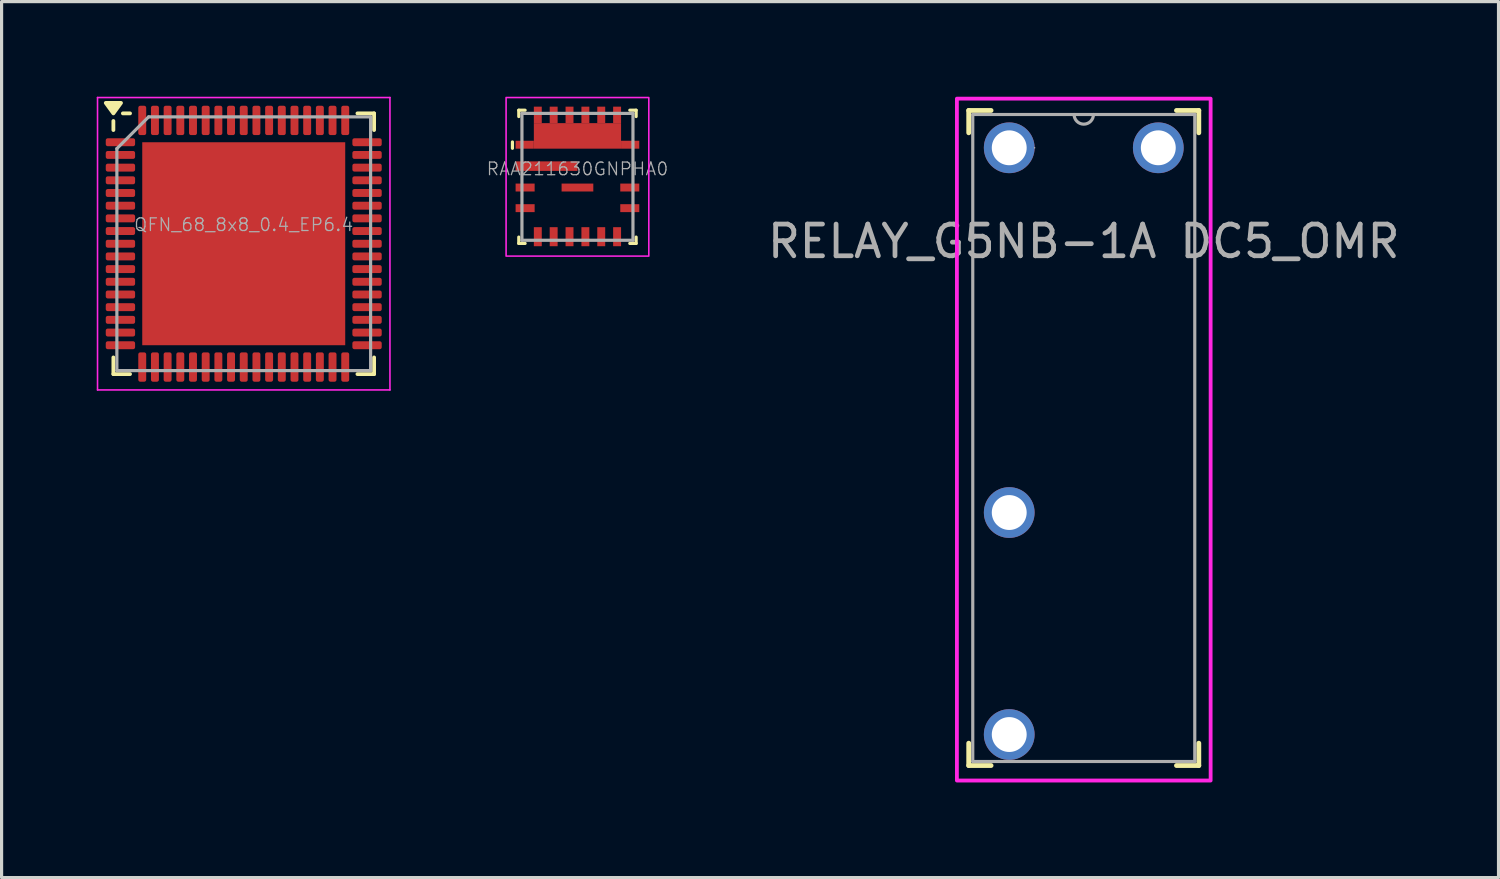
<source format=kicad_pcb>
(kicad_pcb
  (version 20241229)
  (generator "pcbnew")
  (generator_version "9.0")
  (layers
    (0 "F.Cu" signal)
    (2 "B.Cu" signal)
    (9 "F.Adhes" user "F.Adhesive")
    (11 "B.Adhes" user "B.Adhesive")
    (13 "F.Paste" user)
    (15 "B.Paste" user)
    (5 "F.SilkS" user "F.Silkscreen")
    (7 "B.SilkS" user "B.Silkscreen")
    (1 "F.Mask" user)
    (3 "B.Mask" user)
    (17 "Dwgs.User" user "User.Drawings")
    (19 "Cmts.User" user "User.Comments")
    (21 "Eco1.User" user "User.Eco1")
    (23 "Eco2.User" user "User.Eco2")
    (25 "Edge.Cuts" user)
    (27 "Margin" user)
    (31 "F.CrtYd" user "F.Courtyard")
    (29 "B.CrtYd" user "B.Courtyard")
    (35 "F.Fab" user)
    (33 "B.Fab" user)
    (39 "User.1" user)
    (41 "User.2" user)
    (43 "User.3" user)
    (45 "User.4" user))
  (footprint "RAA211630GNPHA0"
    (layer "F.Cu")
    (at 15.157 2.525)
    (property "Reference" "RAA211630GNPHA0" (at 0 -0.25 0) (layer "F.Fab") (effects (font (size 0.4 0.4) (thickness 0.04))))
    (attr smd)
    (fp_line (start -2.05 -1.1) (end -2.05 -0.9) (stroke (width 0.1) (type default)) (layer "F.SilkS"))
    (fp_line (start -1.85 -2.1) (end -1.85 -1.9) (stroke (width 0.1) (type default)) (layer "F.SilkS"))
    (fp_line (start -1.85 1.9) (end -1.85 2.1) (stroke (width 0.1) (type default)) (layer "F.SilkS"))
    (fp_line (start -1.85 2.1) (end -1.65 2.1) (stroke (width 0.1) (type default)) (layer "F.SilkS"))
    (fp_line (start -1.65 -2.1) (end -1.85 -2.1) (stroke (width 0.1) (type default)) (layer "F.SilkS"))
    (fp_line (start 1.65 2.1) (end 1.85 2.1) (stroke (width 0.1) (type default)) (layer "F.SilkS"))
    (fp_line (start 1.85 -2.1) (end 1.65 -2.1) (stroke (width 0.1) (type default)) (layer "F.SilkS"))
    (fp_line (start 1.85 -1.9) (end 1.85 -2.1) (stroke (width 0.1) (type default)) (layer "F.SilkS"))
    (fp_line (start 1.85 2.1) (end 1.85 1.9) (stroke (width 0.1) (type default)) (layer "F.SilkS"))
    (fp_rect (start -2.25 -2.5) (end 2.25 2.5) (stroke (width 0.05) (type default)) (fill no) (layer "F.CrtYd"))
    (fp_line (start -1.75 -2) (end 1.75 -2) (stroke (width 0.1) (type solid)) (layer "F.Fab"))
    (fp_line (start -1.75 2) (end -1.75 -2) (stroke (width 0.1) (type solid)) (layer "F.Fab"))
    (fp_line (start 1.75 -2) (end 1.75 2) (stroke (width 0.1) (type solid)) (layer "F.Fab"))
    (fp_line (start 1.75 2) (end -1.75 2) (stroke (width 0.1) (type solid)) (layer "F.Fab"))
    (pad "1" smd rect (at -1.663 -1.012 90) (size 0.25 0.575) (layers "F.Cu" "F.Mask" "F.Paste"))
    (pad "2" smd rect (at -0.975 -0.337 90) (size 0.3 1.95) (layers "F.Cu" "F.Mask" "F.Paste"))
    (pad "3" smd rect (at -1.65 0.338 90) (size 0.25 0.6) (layers "F.Cu" "F.Mask" "F.Paste"))
    (pad "4" smd rect (at -1.65 0.988 90) (size 0.25 0.6) (layers "F.Cu" "F.Mask" "F.Paste"))
    (pad "5" smd rect (at -1.25 1.888) (size 0.25 0.6) (layers "F.Cu" "F.Mask" "F.Paste"))
    (pad "6" smd rect (at -0.75 1.888) (size 0.25 0.6) (layers "F.Cu" "F.Mask" "F.Paste"))
    (pad "7" smd rect (at -0.25 1.888) (size 0.25 0.6) (layers "F.Cu" "F.Mask" "F.Paste"))
    (pad "8" smd rect (at 0.25 1.888) (size 0.25 0.6) (layers "F.Cu" "F.Mask" "F.Paste"))
    (pad "9" smd rect (at 0.75 1.888) (size 0.25 0.6) (layers "F.Cu" "F.Mask" "F.Paste"))
    (pad "10" smd rect (at 1.25 1.888) (size 0.25 0.6) (layers "F.Cu" "F.Mask" "F.Paste"))
    (pad "11" smd rect (at 1.65 0.988 90) (size 0.25 0.6) (layers "F.Cu" "F.Mask" "F.Paste"))
    (pad "12" smd rect (at 1.65 0.338 90) (size 0.25 0.6) (layers "F.Cu" "F.Mask" "F.Paste"))
    (pad "13" smd rect (at 1.662 -1.012 90) (size 0.25 0.575) (layers "F.Cu" "F.Mask" "F.Paste"))
    (pad "14" smd rect (at 1.25 -1.952) (size 0.25 0.52) (layers "F.Cu" "F.Mask" "F.Paste"))
    (pad "15" smd rect (at 0.75 -1.952) (size 0.25 0.52) (layers "F.Cu" "F.Mask" "F.Paste"))
    (pad "16" smd rect (at 0.25 -1.952) (size 0.25 0.52) (layers "F.Cu" "F.Mask" "F.Paste"))
    (pad "17" smd rect (at -0.25 -1.952) (size 0.25 0.52) (layers "F.Cu" "F.Mask" "F.Paste"))
    (pad "18" smd rect (at -0.75 -1.952) (size 0.25 0.52) (layers "F.Cu" "F.Mask" "F.Paste"))
    (pad "19" smd rect (at -1.25 -1.952) (size 0.25 0.52) (layers "F.Cu" "F.Mask" "F.Paste"))
    (pad "20" smd rect (at 0 0.338 90) (size 0.25 1) (layers "F.Cu" "F.Mask" "F.Paste"))
    (pad "21" smd rect (at 0 -1.29 90) (size 0.805 2.75) (layers "F.Cu" "F.Mask" "F.Paste")))
  (footprint "QFN_68_8x8_0.4_EP6.4"
    (layer "F.Cu")
    (at 4.635 4.635)
    (property "Reference" "QFN_68_8x8_0.4_EP6.4" (at 0 -0.6 0) (layer "F.Fab") (effects (font (size 0.4 0.4) (thickness 0.04))))
    (attr smd)
    (fp_line (start -4.11 -3.585) (end -4.11 -3.87) (stroke (width 0.12) (type solid)) (layer "F.SilkS"))
    (fp_line (start -4.11 4.11) (end -4.11 3.585) (stroke (width 0.12) (type solid)) (layer "F.SilkS"))
    (fp_line (start -3.585 -4.11) (end -3.81 -4.11) (stroke (width 0.12) (type solid)) (layer "F.SilkS"))
    (fp_line (start -3.585 4.11) (end -4.11 4.11) (stroke (width 0.12) (type solid)) (layer "F.SilkS"))
    (fp_line (start 3.585 -4.11) (end 4.11 -4.11) (stroke (width 0.12) (type solid)) (layer "F.SilkS"))
    (fp_line (start 3.585 4.11) (end 4.11 4.11) (stroke (width 0.12) (type solid)) (layer "F.SilkS"))
    (fp_line (start 4.11 -4.11) (end 4.11 -3.585) (stroke (width 0.12) (type solid)) (layer "F.SilkS"))
    (fp_line (start 4.11 4.11) (end 4.11 3.585) (stroke (width 0.12) (type solid)) (layer "F.SilkS"))
    (fp_poly (pts (xy -4.11 -4.11) (xy -4.35 -4.44) (xy -3.87 -4.44) (xy -4.11 -4.11)) (stroke (width 0.12) (type solid)) (fill yes) (layer "F.SilkS"))
    (fp_line (start -4.61 -4.61) (end -4.61 4.61) (stroke (width 0.05) (type solid)) (layer "F.CrtYd"))
    (fp_line (start -4.61 4.61) (end 4.61 4.61) (stroke (width 0.05) (type solid)) (layer "F.CrtYd"))
    (fp_line (start 4.61 -4.61) (end -4.61 -4.61) (stroke (width 0.05) (type solid)) (layer "F.CrtYd"))
    (fp_line (start 4.61 4.61) (end 4.61 -4.61) (stroke (width 0.05) (type solid)) (layer "F.CrtYd"))
    (fp_line (start -4 -3) (end -3 -4) (stroke (width 0.1) (type solid)) (layer "F.Fab"))
    (fp_line (start -4 4) (end -4 -3) (stroke (width 0.1) (type solid)) (layer "F.Fab"))
    (fp_line (start -3 -4) (end 4 -4) (stroke (width 0.1) (type solid)) (layer "F.Fab"))
    (fp_line (start 4 -4) (end 4 4) (stroke (width 0.1) (type solid)) (layer "F.Fab"))
    (fp_line (start 4 4) (end -4 4) (stroke (width 0.1) (type solid)) (layer "F.Fab"))
    (pad "" smd roundrect (at -2.4 -2.4) (size 1.29 1.29) (layers "F.Paste") (roundrect_rratio 0.194))
    (pad "" smd roundrect (at -2.4 -0.8) (size 1.29 1.29) (layers "F.Paste") (roundrect_rratio 0.194))
    (pad "" smd roundrect (at -2.4 0.8) (size 1.29 1.29) (layers "F.Paste") (roundrect_rratio 0.194))
    (pad "" smd roundrect (at -2.4 2.4) (size 1.29 1.29) (layers "F.Paste") (roundrect_rratio 0.194))
    (pad "" smd roundrect (at -0.8 -2.4) (size 1.29 1.29) (layers "F.Paste") (roundrect_rratio 0.194))
    (pad "" smd roundrect (at -0.8 -0.8) (size 1.29 1.29) (layers "F.Paste") (roundrect_rratio 0.194))
    (pad "" smd roundrect (at -0.8 0.8) (size 1.29 1.29) (layers "F.Paste") (roundrect_rratio 0.194))
    (pad "" smd roundrect (at -0.8 2.4) (size 1.29 1.29) (layers "F.Paste") (roundrect_rratio 0.194))
    (pad "" smd roundrect (at 0.8 -2.4) (size 1.29 1.29) (layers "F.Paste") (roundrect_rratio 0.194))
    (pad "" smd roundrect (at 0.8 -0.8) (size 1.29 1.29) (layers "F.Paste") (roundrect_rratio 0.194))
    (pad "" smd roundrect (at 0.8 0.8) (size 1.29 1.29) (layers "F.Paste") (roundrect_rratio 0.194))
    (pad "" smd roundrect (at 0.8 2.4) (size 1.29 1.29) (layers "F.Paste") (roundrect_rratio 0.194))
    (pad "" smd roundrect (at 2.4 -2.4) (size 1.29 1.29) (layers "F.Paste") (roundrect_rratio 0.194))
    (pad "" smd roundrect (at 2.4 -0.8) (size 1.29 1.29) (layers "F.Paste") (roundrect_rratio 0.194))
    (pad "" smd roundrect (at 2.4 0.8) (size 1.29 1.29) (layers "F.Paste") (roundrect_rratio 0.194))
    (pad "" smd roundrect (at 2.4 2.4) (size 1.29 1.29) (layers "F.Paste") (roundrect_rratio 0.194))
    (pad "1" smd roundrect (at -3.888 -3.2) (size 0.925 0.25) (layers "F.Cu" "F.Mask" "F.Paste") (roundrect_rratio 0.25))
    (pad "2" smd roundrect (at -3.888 -2.8) (size 0.925 0.25) (layers "F.Cu" "F.Mask" "F.Paste") (roundrect_rratio 0.25))
    (pad "3" smd roundrect (at -3.888 -2.4) (size 0.925 0.25) (layers "F.Cu" "F.Mask" "F.Paste") (roundrect_rratio 0.25))
    (pad "4" smd roundrect (at -3.888 -2) (size 0.925 0.25) (layers "F.Cu" "F.Mask" "F.Paste") (roundrect_rratio 0.25))
    (pad "5" smd roundrect (at -3.888 -1.6) (size 0.925 0.25) (layers "F.Cu" "F.Mask" "F.Paste") (roundrect_rratio 0.25))
    (pad "6" smd roundrect (at -3.888 -1.2) (size 0.925 0.25) (layers "F.Cu" "F.Mask" "F.Paste") (roundrect_rratio 0.25))
    (pad "7" smd roundrect (at -3.888 -0.8) (size 0.925 0.25) (layers "F.Cu" "F.Mask" "F.Paste") (roundrect_rratio 0.25))
    (pad "8" smd roundrect (at -3.888 -0.4) (size 0.925 0.25) (layers "F.Cu" "F.Mask" "F.Paste") (roundrect_rratio 0.25))
    (pad "9" smd roundrect (at -3.888 0) (size 0.925 0.25) (layers "F.Cu" "F.Mask" "F.Paste") (roundrect_rratio 0.25))
    (pad "10" smd roundrect (at -3.888 0.4) (size 0.925 0.25) (layers "F.Cu" "F.Mask" "F.Paste") (roundrect_rratio 0.25))
    (pad "11" smd roundrect (at -3.888 0.8) (size 0.925 0.25) (layers "F.Cu" "F.Mask" "F.Paste") (roundrect_rratio 0.25))
    (pad "12" smd roundrect (at -3.888 1.2) (size 0.925 0.25) (layers "F.Cu" "F.Mask" "F.Paste") (roundrect_rratio 0.25))
    (pad "13" smd roundrect (at -3.888 1.6) (size 0.925 0.25) (layers "F.Cu" "F.Mask" "F.Paste") (roundrect_rratio 0.25))
    (pad "14" smd roundrect (at -3.888 2) (size 0.925 0.25) (layers "F.Cu" "F.Mask" "F.Paste") (roundrect_rratio 0.25))
    (pad "15" smd roundrect (at -3.888 2.4) (size 0.925 0.25) (layers "F.Cu" "F.Mask" "F.Paste") (roundrect_rratio 0.25))
    (pad "16" smd roundrect (at -3.888 2.8) (size 0.925 0.25) (layers "F.Cu" "F.Mask" "F.Paste") (roundrect_rratio 0.25))
    (pad "17" smd roundrect (at -3.888 3.2) (size 0.925 0.25) (layers "F.Cu" "F.Mask" "F.Paste") (roundrect_rratio 0.25))
    (pad "18" smd roundrect (at -3.2 3.888) (size 0.25 0.925) (layers "F.Cu" "F.Mask" "F.Paste") (roundrect_rratio 0.25))
    (pad "19" smd roundrect (at -2.8 3.888) (size 0.25 0.925) (layers "F.Cu" "F.Mask" "F.Paste") (roundrect_rratio 0.25))
    (pad "20" smd roundrect (at -2.4 3.888) (size 0.25 0.925) (layers "F.Cu" "F.Mask" "F.Paste") (roundrect_rratio 0.25))
    (pad "21" smd roundrect (at -2 3.888) (size 0.25 0.925) (layers "F.Cu" "F.Mask" "F.Paste") (roundrect_rratio 0.25))
    (pad "22" smd roundrect (at -1.6 3.888) (size 0.25 0.925) (layers "F.Cu" "F.Mask" "F.Paste") (roundrect_rratio 0.25))
    (pad "23" smd roundrect (at -1.2 3.888) (size 0.25 0.925) (layers "F.Cu" "F.Mask" "F.Paste") (roundrect_rratio 0.25))
    (pad "24" smd roundrect (at -0.8 3.888) (size 0.25 0.925) (layers "F.Cu" "F.Mask" "F.Paste") (roundrect_rratio 0.25))
    (pad "25" smd roundrect (at -0.4 3.888) (size 0.25 0.925) (layers "F.Cu" "F.Mask" "F.Paste") (roundrect_rratio 0.25))
    (pad "26" smd roundrect (at 0 3.888) (size 0.25 0.925) (layers "F.Cu" "F.Mask" "F.Paste") (roundrect_rratio 0.25))
    (pad "27" smd roundrect (at 0.4 3.888) (size 0.25 0.925) (layers "F.Cu" "F.Mask" "F.Paste") (roundrect_rratio 0.25))
    (pad "28" smd roundrect (at 0.8 3.888) (size 0.25 0.925) (layers "F.Cu" "F.Mask" "F.Paste") (roundrect_rratio 0.25))
    (pad "29" smd roundrect (at 1.2 3.888) (size 0.25 0.925) (layers "F.Cu" "F.Mask" "F.Paste") (roundrect_rratio 0.25))
    (pad "30" smd roundrect (at 1.6 3.888) (size 0.25 0.925) (layers "F.Cu" "F.Mask" "F.Paste") (roundrect_rratio 0.25))
    (pad "31" smd roundrect (at 2 3.888) (size 0.25 0.925) (layers "F.Cu" "F.Mask" "F.Paste") (roundrect_rratio 0.25))
    (pad "32" smd roundrect (at 2.4 3.888) (size 0.25 0.925) (layers "F.Cu" "F.Mask" "F.Paste") (roundrect_rratio 0.25))
    (pad "33" smd roundrect (at 2.8 3.888) (size 0.25 0.925) (layers "F.Cu" "F.Mask" "F.Paste") (roundrect_rratio 0.25))
    (pad "34" smd roundrect (at 3.2 3.888) (size 0.25 0.925) (layers "F.Cu" "F.Mask" "F.Paste") (roundrect_rratio 0.25))
    (pad "35" smd roundrect (at 3.888 3.2) (size 0.925 0.25) (layers "F.Cu" "F.Mask" "F.Paste") (roundrect_rratio 0.25))
    (pad "36" smd roundrect (at 3.888 2.8) (size 0.925 0.25) (layers "F.Cu" "F.Mask" "F.Paste") (roundrect_rratio 0.25))
    (pad "37" smd roundrect (at 3.888 2.4) (size 0.925 0.25) (layers "F.Cu" "F.Mask" "F.Paste") (roundrect_rratio 0.25))
    (pad "38" smd roundrect (at 3.888 2) (size 0.925 0.25) (layers "F.Cu" "F.Mask" "F.Paste") (roundrect_rratio 0.25))
    (pad "39" smd roundrect (at 3.888 1.6) (size 0.925 0.25) (layers "F.Cu" "F.Mask" "F.Paste") (roundrect_rratio 0.25))
    (pad "40" smd roundrect (at 3.888 1.2) (size 0.925 0.25) (layers "F.Cu" "F.Mask" "F.Paste") (roundrect_rratio 0.25))
    (pad "41" smd roundrect (at 3.888 0.8) (size 0.925 0.25) (layers "F.Cu" "F.Mask" "F.Paste") (roundrect_rratio 0.25))
    (pad "42" smd roundrect (at 3.888 0.4) (size 0.925 0.25) (layers "F.Cu" "F.Mask" "F.Paste") (roundrect_rratio 0.25))
    (pad "43" smd roundrect (at 3.888 0) (size 0.925 0.25) (layers "F.Cu" "F.Mask" "F.Paste") (roundrect_rratio 0.25))
    (pad "44" smd roundrect (at 3.888 -0.4) (size 0.925 0.25) (layers "F.Cu" "F.Mask" "F.Paste") (roundrect_rratio 0.25))
    (pad "45" smd roundrect (at 3.888 -0.8) (size 0.925 0.25) (layers "F.Cu" "F.Mask" "F.Paste") (roundrect_rratio 0.25))
    (pad "46" smd roundrect (at 3.888 -1.2) (size 0.925 0.25) (layers "F.Cu" "F.Mask" "F.Paste") (roundrect_rratio 0.25))
    (pad "47" smd roundrect (at 3.888 -1.6) (size 0.925 0.25) (layers "F.Cu" "F.Mask" "F.Paste") (roundrect_rratio 0.25))
    (pad "48" smd roundrect (at 3.888 -2) (size 0.925 0.25) (layers "F.Cu" "F.Mask" "F.Paste") (roundrect_rratio 0.25))
    (pad "49" smd roundrect (at 3.888 -2.4) (size 0.925 0.25) (layers "F.Cu" "F.Mask" "F.Paste") (roundrect_rratio 0.25))
    (pad "50" smd roundrect (at 3.888 -2.8) (size 0.925 0.25) (layers "F.Cu" "F.Mask" "F.Paste") (roundrect_rratio 0.25))
    (pad "51" smd roundrect (at 3.888 -3.2) (size 0.925 0.25) (layers "F.Cu" "F.Mask" "F.Paste") (roundrect_rratio 0.25))
    (pad "52" smd roundrect (at 3.2 -3.888) (size 0.25 0.925) (layers "F.Cu" "F.Mask" "F.Paste") (roundrect_rratio 0.25))
    (pad "53" smd roundrect (at 2.8 -3.888) (size 0.25 0.925) (layers "F.Cu" "F.Mask" "F.Paste") (roundrect_rratio 0.25))
    (pad "54" smd roundrect (at 2.4 -3.888) (size 0.25 0.925) (layers "F.Cu" "F.Mask" "F.Paste") (roundrect_rratio 0.25))
    (pad "55" smd roundrect (at 2 -3.888) (size 0.25 0.925) (layers "F.Cu" "F.Mask" "F.Paste") (roundrect_rratio 0.25))
    (pad "56" smd roundrect (at 1.6 -3.888) (size 0.25 0.925) (layers "F.Cu" "F.Mask" "F.Paste") (roundrect_rratio 0.25))
    (pad "57" smd roundrect (at 1.2 -3.888) (size 0.25 0.925) (layers "F.Cu" "F.Mask" "F.Paste") (roundrect_rratio 0.25))
    (pad "58" smd roundrect (at 0.8 -3.888) (size 0.25 0.925) (layers "F.Cu" "F.Mask" "F.Paste") (roundrect_rratio 0.25))
    (pad "59" smd roundrect (at 0.4 -3.888) (size 0.25 0.925) (layers "F.Cu" "F.Mask" "F.Paste") (roundrect_rratio 0.25))
    (pad "60" smd roundrect (at 0 -3.888) (size 0.25 0.925) (layers "F.Cu" "F.Mask" "F.Paste") (roundrect_rratio 0.25))
    (pad "61" smd roundrect (at -0.4 -3.888) (size 0.25 0.925) (layers "F.Cu" "F.Mask" "F.Paste") (roundrect_rratio 0.25))
    (pad "62" smd roundrect (at -0.8 -3.888) (size 0.25 0.925) (layers "F.Cu" "F.Mask" "F.Paste") (roundrect_rratio 0.25))
    (pad "63" smd roundrect (at -1.2 -3.888) (size 0.25 0.925) (layers "F.Cu" "F.Mask" "F.Paste") (roundrect_rratio 0.25))
    (pad "64" smd roundrect (at -1.6 -3.888) (size 0.25 0.925) (layers "F.Cu" "F.Mask" "F.Paste") (roundrect_rratio 0.25))
    (pad "65" smd roundrect (at -2 -3.888) (size 0.25 0.925) (layers "F.Cu" "F.Mask" "F.Paste") (roundrect_rratio 0.25))
    (pad "66" smd roundrect (at -2.4 -3.888) (size 0.25 0.925) (layers "F.Cu" "F.Mask" "F.Paste") (roundrect_rratio 0.25))
    (pad "67" smd roundrect (at -2.8 -3.888) (size 0.25 0.925) (layers "F.Cu" "F.Mask" "F.Paste") (roundrect_rratio 0.25))
    (pad "68" smd roundrect (at -3.2 -3.888) (size 0.25 0.925) (layers "F.Cu" "F.Mask" "F.Paste") (roundrect_rratio 0.25))
    (pad "69" smd rect (at 0 0) (size 6.4 6.4) (property pad_prop_heatsink) (layers "F.Cu" "F.Mask")))
  (footprint "RELAY_G5NB-1A DC5_OMR"
    (layer "F.Cu")
    (at 27.621 0.56)
    (property "Reference" "RELAY_G5NB-1A DC5_OMR" (at 3.5 4 0) (unlocked yes) (layer "F.Fab") (effects (font (size 1 1) (thickness 0.15))))
    (attr through_hole)
    (fp_line (start -0.127 0.577) (end -0.127 -0.127) (stroke (width 0.152) (type solid)) (layer "F.SilkS"))
    (fp_line (start -0.127 20.527) (end -0.127 19.823) (stroke (width 0.152) (type solid)) (layer "F.SilkS"))
    (fp_line (start -0.127 20.527) (end 0.577 20.527) (stroke (width 0.152) (type solid)) (layer "F.SilkS"))
    (fp_line (start 0.577 -0.127) (end -0.127 -0.127) (stroke (width 0.152) (type solid)) (layer "F.SilkS"))
    (fp_line (start 6.423 -0.127) (end 7.127 -0.127) (stroke (width 0.152) (type solid)) (layer "F.SilkS"))
    (fp_line (start 7.127 0.577) (end 7.127 -0.127) (stroke (width 0.152) (type solid)) (layer "F.SilkS"))
    (fp_line (start 7.127 20.527) (end 6.423 20.527) (stroke (width 0.152) (type solid)) (layer "F.SilkS"))
    (fp_line (start 7.127 20.527) (end 7.127 19.823) (stroke (width 0.152) (type solid)) (layer "F.SilkS"))
    (fp_rect (start -0.5 -0.5) (end 7.5 21) (stroke (width 0.12) (type default)) (fill no) (layer "F.CrtYd"))
    (fp_line (start 0 0) (end 0 20.4) (stroke (width 0.1) (type solid)) (layer "F.Fab"))
    (fp_line (start 0 20.4) (end 7 20.4) (stroke (width 0.1) (type solid)) (layer "F.Fab"))
    (fp_line (start 7 0) (end 0 0) (stroke (width 0.1) (type solid)) (layer "F.Fab"))
    (fp_line (start 7 20.4) (end 7 0) (stroke (width 0.1) (type solid)) (layer "F.Fab"))
    (fp_arc (start 3.804801 0) (mid 3.500001 0.3048) (end 3.195201 0) (stroke (width 0.1) (type solid)) (layer "F.Fab"))
    (fp_circle (center 1.95 1.05) (end 1.95 1.05) (stroke (width 0.025) (type solid)) (fill no) (layer "F.Fab"))
    (pad "1" thru_hole circle (at 1.15 1.05) (size 1.6 1.6) (drill 1.1) (layers "*.Cu" "*.Mask"))
    (pad "2" thru_hole circle (at 1.15 12.55) (size 1.6 1.6) (drill 1.1) (layers "*.Cu" "*.Mask"))
    (pad "3" thru_hole circle (at 1.15 19.55) (size 1.6 1.6) (drill 1.1) (layers "*.Cu" "*.Mask"))
    (pad "4" thru_hole circle (at 5.85 1.05) (size 1.6 1.6) (drill 1.1) (layers "*.Cu" "*.Mask")))
  (gr_rect
    (start -3 -3)
    (end 44.198 24.62)
    (stroke (width 0.1) (type default))
    (fill no)
    (layer "Edge.Cuts")))
</source>
